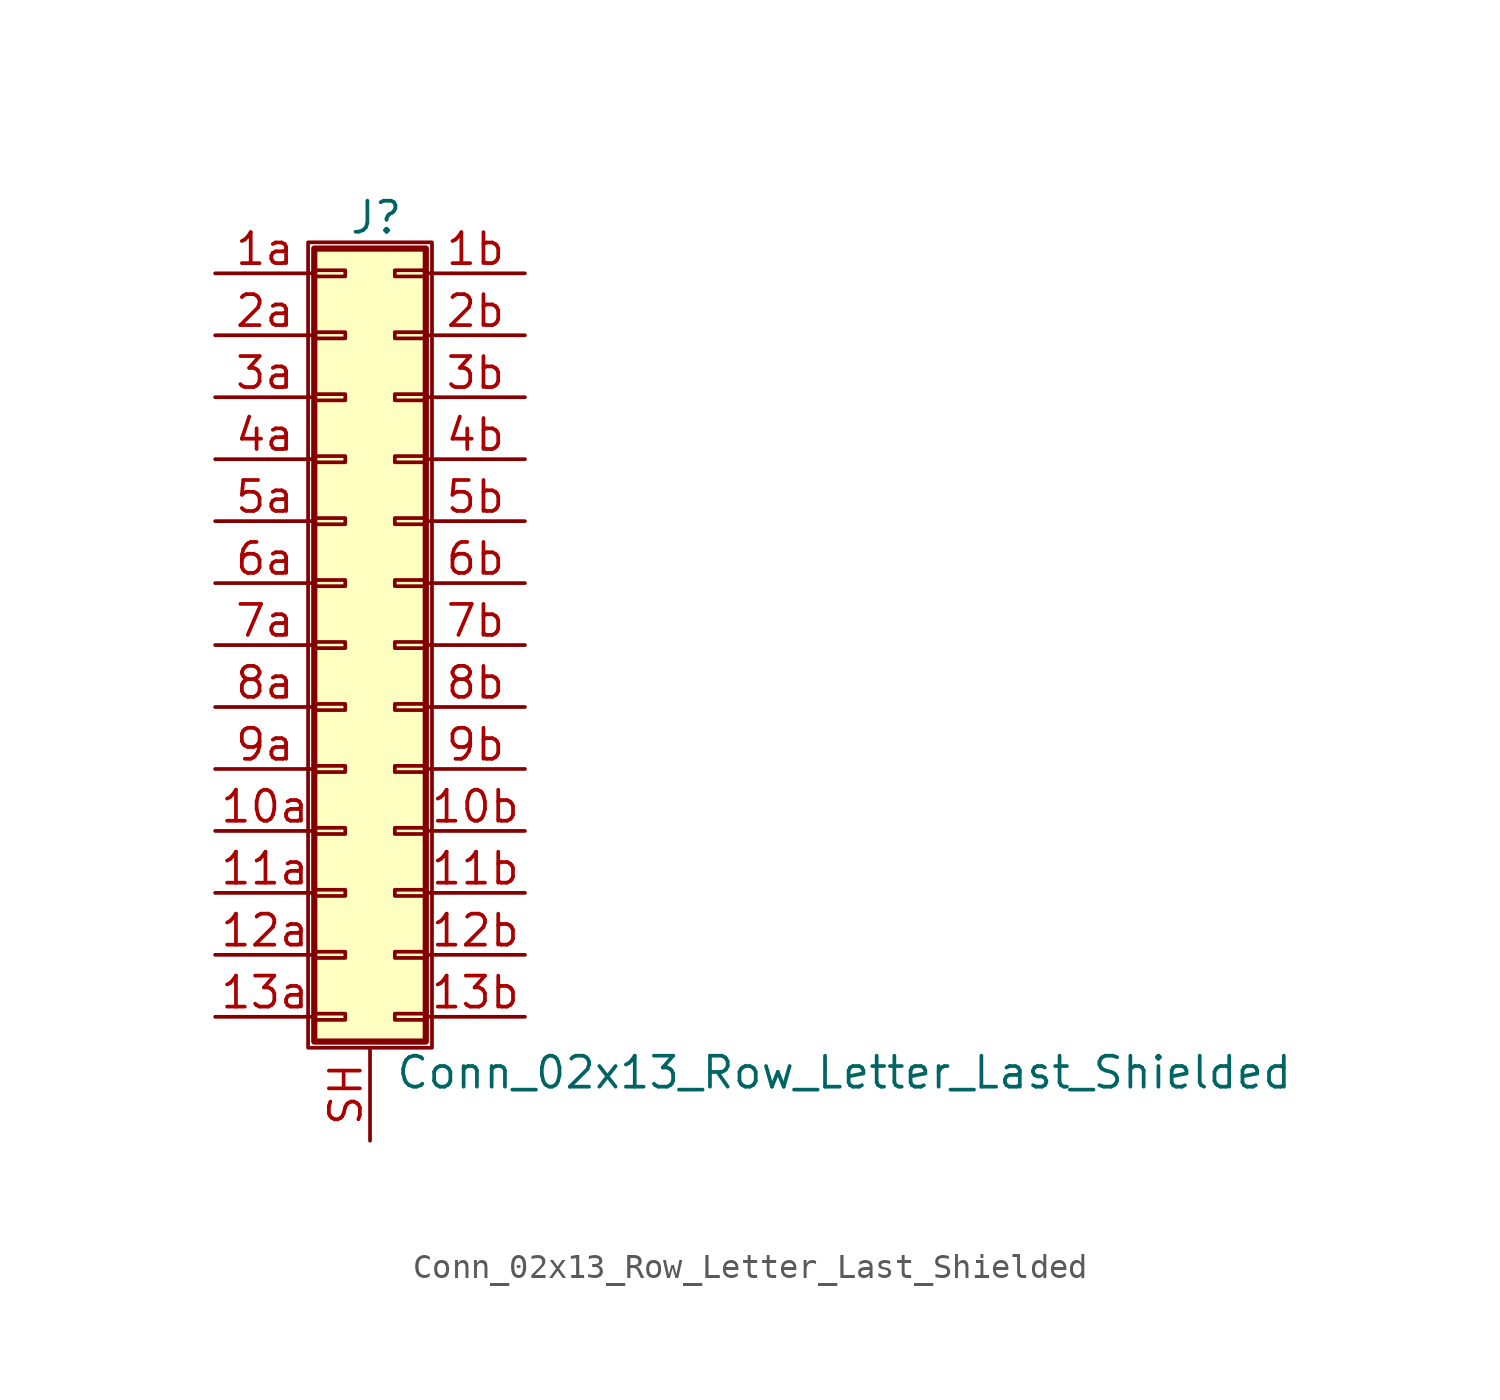
<source format=kicad_sym>
(kicad_symbol_lib
  (version 20211014)
  (generator kicad_symbol_editor)
  (symbol "Conn_02x13_Row_Letter_Last_Shielded"
    (pin_names
      (offset 1.016) hide)
    (property "Reference" "J"
      (at 1.524 17.526 0)
      (effects (font (size 1.27 1.27))))
    (property "Value" "Conn_02x13_Row_Letter_Last_Shielded"
      (at 2.286 -17.526 0)
      (effects (font (size 1.27 1.27)) (justify left)))
    (symbol "Conn_02x13_Row_Letter_Last_Shielded_1_1"
      (rectangle (start -1.27 16.51) (end 3.81 -16.51) (stroke (width 0.152) (type default) (color 0 0 0 0)) (fill (type none)))
      (rectangle (start -1.016 -15.113) (end 0.254 -15.367) (stroke (width 0.152) (type default) (color 0 0 0 0)) (fill (type none)))
      (rectangle (start -1.016 -12.573) (end 0.254 -12.827) (stroke (width 0.152) (type default) (color 0 0 0 0)) (fill (type none)))
      (rectangle (start -1.016 -10.033) (end 0.254 -10.287) (stroke (width 0.152) (type default) (color 0 0 0 0)) (fill (type none)))
      (rectangle (start -1.016 -7.493) (end 0.254 -7.747) (stroke (width 0.152) (type default) (color 0 0 0 0)) (fill (type none)))
      (rectangle (start -1.016 -4.953) (end 0.254 -5.207) (stroke (width 0.152) (type default) (color 0 0 0 0)) (fill (type none)))
      (rectangle (start -1.016 -2.413) (end 0.254 -2.667) (stroke (width 0.152) (type default) (color 0 0 0 0)) (fill (type none)))
      (rectangle (start -1.016 0.127) (end 0.254 -0.127) (stroke (width 0.152) (type default) (color 0 0 0 0)) (fill (type none)))
      (rectangle (start -1.016 2.667) (end 0.254 2.413) (stroke (width 0.152) (type default) (color 0 0 0 0)) (fill (type none)))
      (rectangle (start -1.016 5.207) (end 0.254 4.953) (stroke (width 0.152) (type default) (color 0 0 0 0)) (fill (type none)))
      (rectangle (start -1.016 7.747) (end 0.254 7.493) (stroke (width 0.152) (type default) (color 0 0 0 0)) (fill (type none)))
      (rectangle (start -1.016 10.287) (end 0.254 10.033) (stroke (width 0.152) (type default) (color 0 0 0 0)) (fill (type none)))
      (rectangle (start -1.016 12.827) (end 0.254 12.573) (stroke (width 0.152) (type default) (color 0 0 0 0)) (fill (type none)))
      (rectangle (start -1.016 15.367) (end 0.254 15.113) (stroke (width 0.152) (type default) (color 0 0 0 0)) (fill (type none)))
      (rectangle (start -1.016 16.256) (end 3.556 -16.256) (stroke (width 0.254) (type default) (color 0 0 0 0)) (fill (type background)))
      (rectangle (start 3.556 -15.113) (end 2.286 -15.367) (stroke (width 0.152) (type default) (color 0 0 0 0)) (fill (type none)))
      (rectangle (start 3.556 -12.573) (end 2.286 -12.827) (stroke (width 0.152) (type default) (color 0 0 0 0)) (fill (type none)))
      (rectangle (start 3.556 -10.033) (end 2.286 -10.287) (stroke (width 0.152) (type default) (color 0 0 0 0)) (fill (type none)))
      (rectangle (start 3.556 -7.493) (end 2.286 -7.747) (stroke (width 0.152) (type default) (color 0 0 0 0)) (fill (type none)))
      (rectangle (start 3.556 -4.953) (end 2.286 -5.207) (stroke (width 0.152) (type default) (color 0 0 0 0)) (fill (type none)))
      (rectangle (start 3.556 -2.413) (end 2.286 -2.667) (stroke (width 0.152) (type default) (color 0 0 0 0)) (fill (type none)))
      (rectangle (start 3.556 0.127) (end 2.286 -0.127) (stroke (width 0.152) (type default) (color 0 0 0 0)) (fill (type none)))
      (rectangle (start 3.556 2.667) (end 2.286 2.413) (stroke (width 0.152) (type default) (color 0 0 0 0)) (fill (type none)))
      (rectangle (start 3.556 5.207) (end 2.286 4.953) (stroke (width 0.152) (type default) (color 0 0 0 0)) (fill (type none)))
      (rectangle (start 3.556 7.747) (end 2.286 7.493) (stroke (width 0.152) (type default) (color 0 0 0 0)) (fill (type none)))
      (rectangle (start 3.556 10.287) (end 2.286 10.033) (stroke (width 0.152) (type default) (color 0 0 0 0)) (fill (type none)))
      (rectangle (start 3.556 12.827) (end 2.286 12.573) (stroke (width 0.152) (type default) (color 0 0 0 0)) (fill (type none)))
      (rectangle (start 3.556 15.367) (end 2.286 15.113) (stroke (width 0.152) (type default) (color 0 0 0 0)) (fill (type none)))
      (pin passive line (at -5.08 -7.62 0) (length 4.064) (name "Pin_10a" (effects (font (size 1.27 1.27)))) (number "10a" (effects (font (size 1.27 1.27)))))
      (pin passive line (at 7.62 -7.62 180) (length 4.064) (name "Pin_10b" (effects (font (size 1.27 1.27)))) (number "10b" (effects (font (size 1.27 1.27)))))
      (pin passive line (at -5.08 -10.16 0) (length 4.064) (name "Pin_11a" (effects (font (size 1.27 1.27)))) (number "11a" (effects (font (size 1.27 1.27)))))
      (pin passive line (at 7.62 -10.16 180) (length 4.064) (name "Pin_11b" (effects (font (size 1.27 1.27)))) (number "11b" (effects (font (size 1.27 1.27)))))
      (pin passive line (at -5.08 -12.7 0) (length 4.064) (name "Pin_12a" (effects (font (size 1.27 1.27)))) (number "12a" (effects (font (size 1.27 1.27)))))
      (pin passive line (at 7.62 -12.7 180) (length 4.064) (name "Pin_12b" (effects (font (size 1.27 1.27)))) (number "12b" (effects (font (size 1.27 1.27)))))
      (pin passive line (at -5.08 -15.24 0) (length 4.064) (name "Pin_13a" (effects (font (size 1.27 1.27)))) (number "13a" (effects (font (size 1.27 1.27)))))
      (pin passive line (at 7.62 -15.24 180) (length 4.064) (name "Pin_13b" (effects (font (size 1.27 1.27)))) (number "13b" (effects (font (size 1.27 1.27)))))
      (pin passive line (at -5.08 15.24 0) (length 4.064) (name "Pin_1a" (effects (font (size 1.27 1.27)))) (number "1a" (effects (font (size 1.27 1.27)))))
      (pin passive line (at 7.62 15.24 180) (length 4.064) (name "Pin_1b" (effects (font (size 1.27 1.27)))) (number "1b" (effects (font (size 1.27 1.27)))))
      (pin passive line (at -5.08 12.7 0) (length 4.064) (name "Pin_2a" (effects (font (size 1.27 1.27)))) (number "2a" (effects (font (size 1.27 1.27)))))
      (pin passive line (at 7.62 12.7 180) (length 4.064) (name "Pin_2b" (effects (font (size 1.27 1.27)))) (number "2b" (effects (font (size 1.27 1.27)))))
      (pin passive line (at -5.08 10.16 0) (length 4.064) (name "Pin_3a" (effects (font (size 1.27 1.27)))) (number "3a" (effects (font (size 1.27 1.27)))))
      (pin passive line (at 7.62 10.16 180) (length 4.064) (name "Pin_3b" (effects (font (size 1.27 1.27)))) (number "3b" (effects (font (size 1.27 1.27)))))
      (pin passive line (at -5.08 7.62 0) (length 4.064) (name "Pin_4a" (effects (font (size 1.27 1.27)))) (number "4a" (effects (font (size 1.27 1.27)))))
      (pin passive line (at 7.62 7.62 180) (length 4.064) (name "Pin_4b" (effects (font (size 1.27 1.27)))) (number "4b" (effects (font (size 1.27 1.27)))))
      (pin passive line (at -5.08 5.08 0) (length 4.064) (name "Pin_5a" (effects (font (size 1.27 1.27)))) (number "5a" (effects (font (size 1.27 1.27)))))
      (pin passive line (at 7.62 5.08 180) (length 4.064) (name "Pin_5b" (effects (font (size 1.27 1.27)))) (number "5b" (effects (font (size 1.27 1.27)))))
      (pin passive line (at -5.08 2.54 0) (length 4.064) (name "Pin_6a" (effects (font (size 1.27 1.27)))) (number "6a" (effects (font (size 1.27 1.27)))))
      (pin passive line (at 7.62 2.54 180) (length 4.064) (name "Pin_6b" (effects (font (size 1.27 1.27)))) (number "6b" (effects (font (size 1.27 1.27)))))
      (pin passive line (at -5.08 0 0) (length 4.064) (name "Pin_7a" (effects (font (size 1.27 1.27)))) (number "7a" (effects (font (size 1.27 1.27)))))
      (pin passive line (at 7.62 0 180) (length 4.064) (name "Pin_7b" (effects (font (size 1.27 1.27)))) (number "7b" (effects (font (size 1.27 1.27)))))
      (pin passive line (at -5.08 -2.54 0) (length 4.064) (name "Pin_8a" (effects (font (size 1.27 1.27)))) (number "8a" (effects (font (size 1.27 1.27)))))
      (pin passive line (at 7.62 -2.54 180) (length 4.064) (name "Pin_8b" (effects (font (size 1.27 1.27)))) (number "8b" (effects (font (size 1.27 1.27)))))
      (pin passive line (at -5.08 -5.08 0) (length 4.064) (name "Pin_9a" (effects (font (size 1.27 1.27)))) (number "9a" (effects (font (size 1.27 1.27)))))
      (pin passive line (at 7.62 -5.08 180) (length 4.064) (name "Pin_9b" (effects (font (size 1.27 1.27)))) (number "9b" (effects (font (size 1.27 1.27)))))
      (pin passive line (at 1.27 -20.32 90) (length 3.81) (name "Shield" (effects (font (size 1.27 1.27)))) (number "SH" (effects (font (size 1.27 1.27))))))))
</source>
